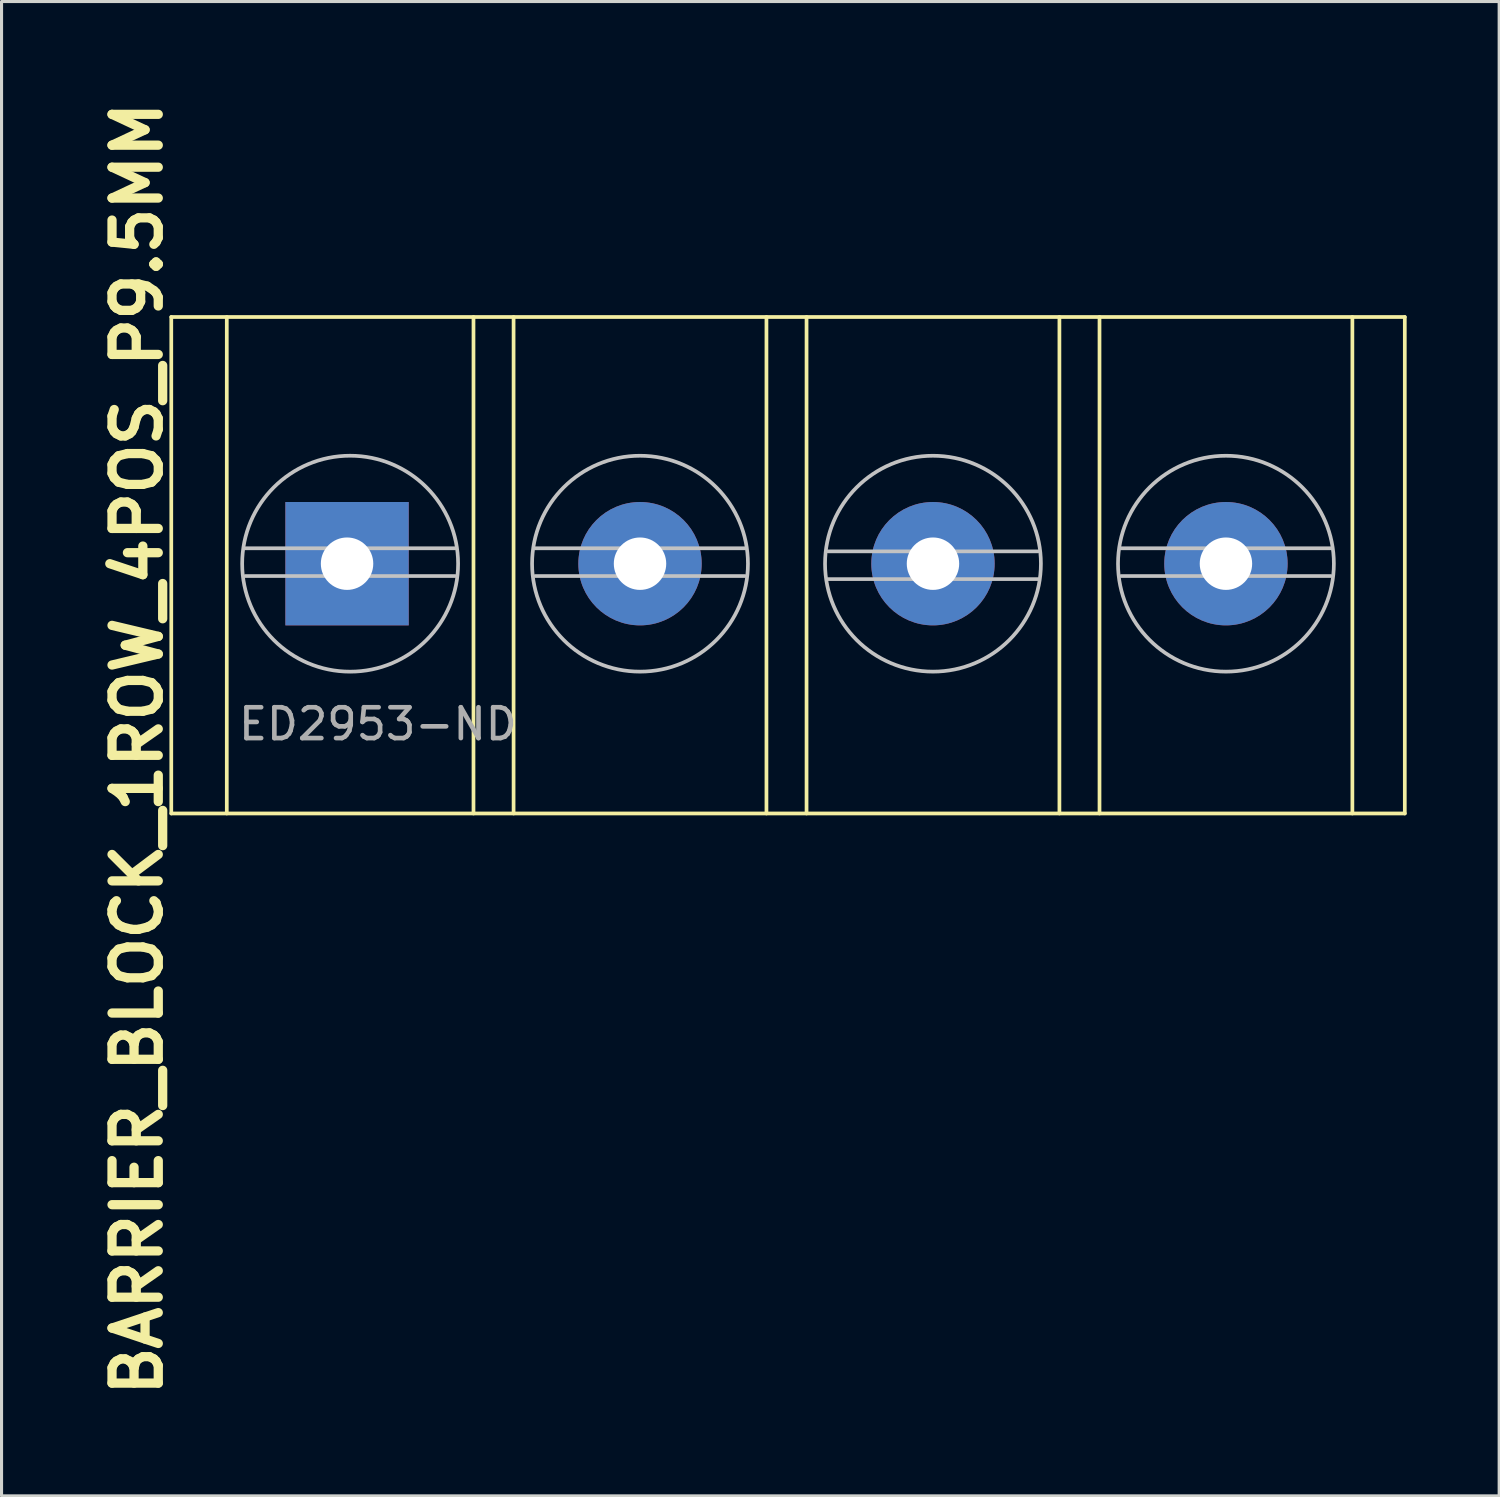
<source format=kicad_pcb>
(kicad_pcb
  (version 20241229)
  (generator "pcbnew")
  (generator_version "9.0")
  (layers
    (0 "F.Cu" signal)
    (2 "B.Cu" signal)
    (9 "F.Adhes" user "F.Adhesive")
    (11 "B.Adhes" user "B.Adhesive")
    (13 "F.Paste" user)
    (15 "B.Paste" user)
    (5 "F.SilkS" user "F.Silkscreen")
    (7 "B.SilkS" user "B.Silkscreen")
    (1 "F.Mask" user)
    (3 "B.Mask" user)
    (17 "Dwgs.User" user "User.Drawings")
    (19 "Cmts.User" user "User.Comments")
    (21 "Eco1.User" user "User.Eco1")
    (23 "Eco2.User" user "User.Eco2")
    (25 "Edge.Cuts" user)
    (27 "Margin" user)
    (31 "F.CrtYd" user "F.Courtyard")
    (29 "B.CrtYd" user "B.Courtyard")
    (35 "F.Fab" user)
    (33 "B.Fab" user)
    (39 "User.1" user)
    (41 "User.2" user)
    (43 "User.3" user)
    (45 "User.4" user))
  (footprint "BARRIER_BLOCK_1ROW_4POS_P9.5MM"
    (layer "F.Cu")
    (at 2.504 23.329)
    (property "Reference" "BARRIER_BLOCK_1ROW_4POS_P9.5MM" (at -1.1 -2.1 270) (layer "F.SilkS") (effects (font (size 1.5 1.5) (thickness 0.3))))
    (attr through_hole)
    (fp_line (start 0 -16.1) (end 0 0) (stroke (width 0.12) (type solid)) (layer "F.SilkS"))
    (fp_line (start 0 -16.1) (end 40 -16.1) (stroke (width 0.12) (type solid)) (layer "F.SilkS"))
    (fp_line (start 0 0) (end 40 0) (stroke (width 0.12) (type solid)) (layer "F.SilkS"))
    (fp_line (start 1.8 0) (end 1.8 -16.1) (stroke (width 0.12) (type solid)) (layer "F.SilkS"))
    (fp_line (start 9.8 -16.1) (end 9.8 0) (stroke (width 0.12) (type solid)) (layer "F.SilkS"))
    (fp_line (start 11.1 0) (end 11.1 -16.1) (stroke (width 0.12) (type solid)) (layer "F.SilkS"))
    (fp_line (start 19.3 -16.1) (end 19.3 0) (stroke (width 0.12) (type solid)) (layer "F.SilkS"))
    (fp_line (start 20.6 0) (end 20.6 -16.1) (stroke (width 0.12) (type solid)) (layer "F.SilkS"))
    (fp_line (start 28.8 -16.1) (end 28.8 0) (stroke (width 0.12) (type solid)) (layer "F.SilkS"))
    (fp_line (start 30.1 0) (end 30.1 -16.1) (stroke (width 0.12) (type solid)) (layer "F.SilkS"))
    (fp_line (start 38.3 0) (end 38.3 -16.1) (stroke (width 0.12) (type solid)) (layer "F.SilkS"))
    (fp_line (start 40 0) (end 40 -16.1) (stroke (width 0.12) (type solid)) (layer "F.SilkS"))
    (fp_line (start 9.2 -8.6) (end 2.4 -8.6) (stroke (width 0.12) (type solid)) (layer "Dwgs.User"))
    (fp_line (start 9.2 -7.7) (end 2.4 -7.7) (stroke (width 0.12) (type solid)) (layer "Dwgs.User"))
    (fp_line (start 11.8 -8.6) (end 18.6 -8.6) (stroke (width 0.12) (type solid)) (layer "Dwgs.User"))
    (fp_line (start 11.8 -7.7) (end 18.6 -7.7) (stroke (width 0.12) (type solid)) (layer "Dwgs.User"))
    (fp_line (start 21.3 -8.5) (end 28.1 -8.5) (stroke (width 0.12) (type solid)) (layer "Dwgs.User"))
    (fp_line (start 21.3 -7.6) (end 28.1 -7.6) (stroke (width 0.12) (type solid)) (layer "Dwgs.User"))
    (fp_line (start 30.8 -8.6) (end 37.6 -8.6) (stroke (width 0.12) (type solid)) (layer "Dwgs.User"))
    (fp_line (start 30.8 -7.7) (end 37.6 -7.7) (stroke (width 0.12) (type solid)) (layer "Dwgs.User"))
    (fp_circle (center 5.8 -8.1) (end 9.301 -8.1) (stroke (width 0.12) (type solid)) (fill no) (layer "Dwgs.User"))
    (fp_circle (center 15.2 -8.1) (end 18.7 -8.1) (stroke (width 0.12) (type solid)) (fill no) (layer "Dwgs.User"))
    (fp_circle (center 24.7 -8.1) (end 28.2 -8.1) (stroke (width 0.12) (type solid)) (fill no) (layer "Dwgs.User"))
    (fp_circle (center 34.2 -8.1) (end 37.7 -8.1) (stroke (width 0.12) (type solid)) (fill no) (layer "Dwgs.User"))
    (fp_text user "ED2953-ND" (at 6.7 -2.9 0) (layer "F.Fab") (effects (font (size 1 1) (thickness 0.15))))
    (pad "1" thru_hole rect (at 5.7 -8.1) (size 4 4) (drill 1.7) (layers "*.Cu" "*.Mask"))
    (pad "2" thru_hole circle (at 15.2 -8.1) (size 4 4) (drill 1.7) (layers "*.Cu" "*.Mask"))
    (pad "3" thru_hole circle (at 24.7 -8.1) (size 4 4) (drill 1.7) (layers "*.Cu" "*.Mask"))
    (pad "4" thru_hole circle (at 34.2 -8.1) (size 4 4) (drill 1.7) (layers "*.Cu" "*.Mask")))
  (gr_rect
    (start -3 -3)
    (end 45.564 45.457)
    (stroke (width 0.1) (type default))
    (fill no)
    (layer "Edge.Cuts")))
</source>
